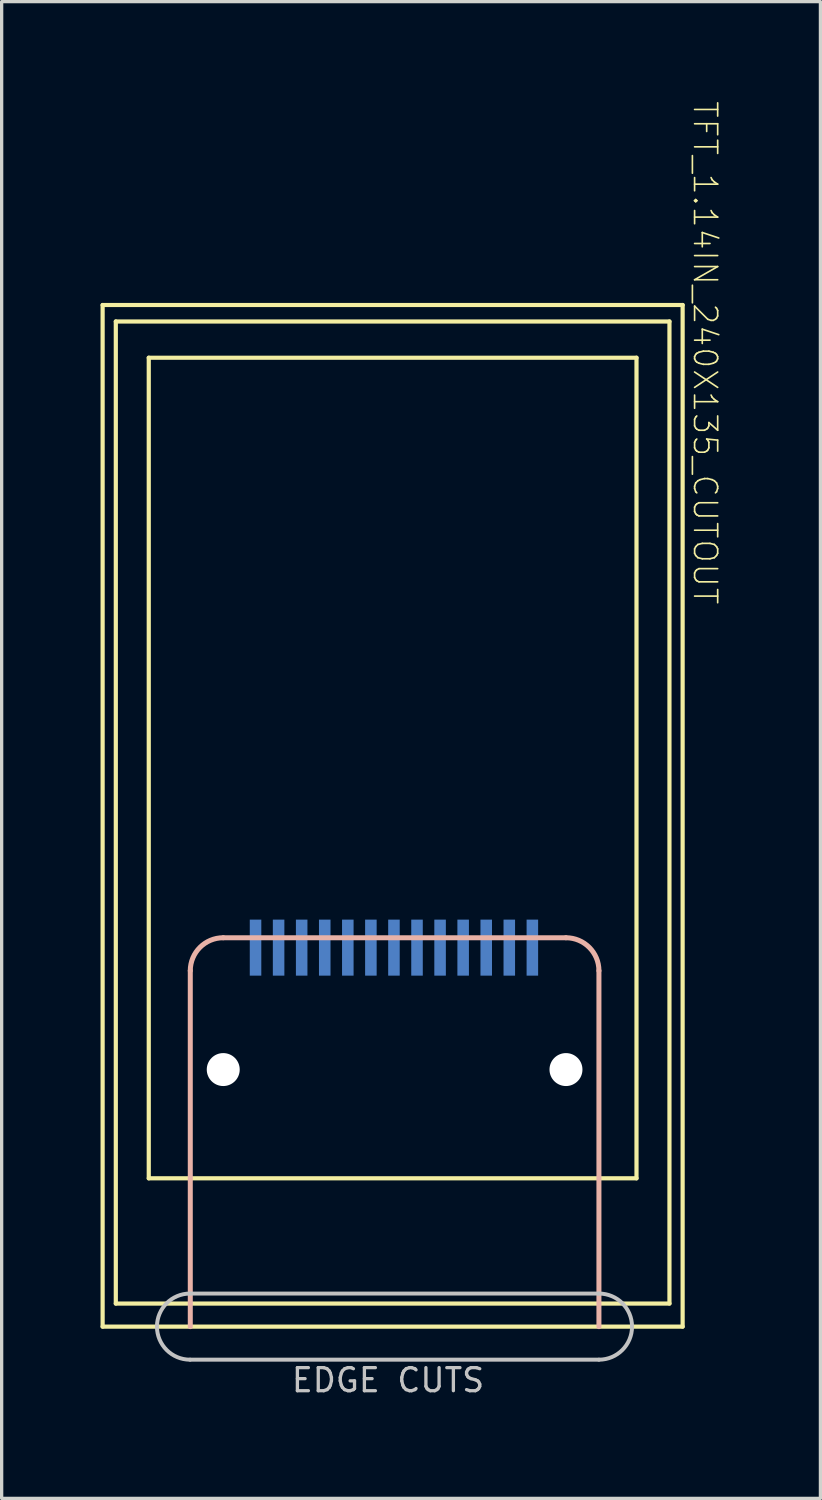
<source format=kicad_pcb>
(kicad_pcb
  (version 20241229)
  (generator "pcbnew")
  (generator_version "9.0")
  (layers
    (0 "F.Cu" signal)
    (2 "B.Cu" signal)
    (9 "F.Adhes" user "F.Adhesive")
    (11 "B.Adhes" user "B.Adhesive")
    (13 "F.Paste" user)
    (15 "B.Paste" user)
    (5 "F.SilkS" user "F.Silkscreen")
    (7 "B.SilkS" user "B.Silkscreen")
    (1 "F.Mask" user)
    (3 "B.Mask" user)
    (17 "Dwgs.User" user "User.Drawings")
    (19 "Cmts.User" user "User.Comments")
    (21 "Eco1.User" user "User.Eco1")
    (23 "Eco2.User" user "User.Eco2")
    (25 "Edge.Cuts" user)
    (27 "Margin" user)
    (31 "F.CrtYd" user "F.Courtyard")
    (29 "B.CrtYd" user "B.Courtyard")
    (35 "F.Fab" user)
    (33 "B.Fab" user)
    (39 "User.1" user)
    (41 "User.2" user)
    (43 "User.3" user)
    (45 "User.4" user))
  (footprint "TFT_1.14IN_240X135_CUTOUT"
    (layer "F.Cu")
    (at 8.864 37.205)
    (property "Reference" "TFT_1.14IN_240X135_CUTOUT" (at 9.484 -29.55 270) (unlocked yes) (layer "F.SilkS") (effects (font (size 0.7 0.7) (thickness 0.05))))
    (attr through_hole)
    (fp_line (start -8.8 -31) (end -8.8 0) (stroke (width 0.127) (type solid)) (layer "F.SilkS"))
    (fp_line (start -8.8 0) (end 8.8 0) (stroke (width 0.127) (type solid)) (layer "F.SilkS"))
    (fp_line (start -8.4 -30.5) (end 8.4 -30.5) (stroke (width 0.127) (type solid)) (layer "F.SilkS"))
    (fp_line (start -8.4 -0.7) (end -8.4 -30.5) (stroke (width 0.127) (type solid)) (layer "F.SilkS"))
    (fp_line (start -7.4 -29.4) (end 7.4 -29.4) (stroke (width 0.127) (type solid)) (layer "F.SilkS"))
    (fp_line (start -7.4 -4.5) (end -7.4 -29.4) (stroke (width 0.127) (type solid)) (layer "F.SilkS"))
    (fp_line (start 7.4 -29.4) (end 7.4 -4.5) (stroke (width 0.127) (type solid)) (layer "F.SilkS"))
    (fp_line (start 7.4 -4.5) (end -7.4 -4.5) (stroke (width 0.127) (type solid)) (layer "F.SilkS"))
    (fp_line (start 8.4 -30.5) (end 8.4 -0.7) (stroke (width 0.127) (type solid)) (layer "F.SilkS"))
    (fp_line (start 8.4 -0.7) (end -8.4 -0.7) (stroke (width 0.127) (type solid)) (layer "F.SilkS"))
    (fp_line (start 8.8 -31) (end -8.8 -31) (stroke (width 0.127) (type solid)) (layer "F.SilkS"))
    (fp_line (start 8.8 0) (end 8.8 -31) (stroke (width 0.127) (type solid)) (layer "F.SilkS"))
    (fp_line (start -6.14 -10.8) (end -6.14 0) (stroke (width 0.152) (type solid)) (layer "B.SilkS"))
    (fp_line (start -5.14 -11.8) (end 5.26 -11.8) (stroke (width 0.152) (type solid)) (layer "B.SilkS"))
    (fp_line (start 6.26 -10.8) (end 6.26 0) (stroke (width 0.152) (type solid)) (layer "B.SilkS"))
    (fp_arc (start -6.14 -10.8) (mid -5.847107 -11.507107) (end -5.14 -11.8) (stroke (width 0.1524) (type solid)) (layer "B.SilkS"))
    (fp_arc (start 5.26 -11.8) (mid 5.967107 -11.507107) (end 6.26 -10.8) (stroke (width 0.1524) (type solid)) (layer "B.SilkS"))
    (fp_line (start -6.148 -1.003) (end 6.261 -1.003) (stroke (width 0.12) (type solid)) (layer "Dwgs.User"))
    (fp_line (start 6.261 1.003) (end -6.148 1.003) (stroke (width 0.12) (type solid)) (layer "Dwgs.User"))
    (fp_arc (start -6.1479 1.0033) (mid -7.1512 0) (end -6.1479 -1.0033) (stroke (width 0.12) (type solid)) (layer "Dwgs.User"))
    (fp_arc (start 6.2611 -1.0033) (mid 7.2644 0) (end 6.2611 1.0033) (stroke (width 0.12) (type solid)) (layer "Dwgs.User"))
    (fp_text user "EDGE CUTS" (at -0.14 1.626 0) (layer "Dwgs.User") (effects (font (size 0.7 0.7) (thickness 0.1))))
    (pad "" np_thru_hole circle (at -5.14 -7.8) (size 1 1) (drill 1) (layers "*.Cu" "*.Mask"))
    (pad "" np_thru_hole circle (at 5.26 -7.8) (size 1 1) (drill 1) (layers "*.Cu" "*.Mask"))
    (pad "1" smd rect (at 4.24 -11.5 270) (size 1.7 0.35) (layers "B.Cu" "B.Mask"))
    (pad "2" smd rect (at 3.54 -11.5 270) (size 1.7 0.35) (layers "B.Cu" "B.Mask"))
    (pad "3" smd rect (at 2.84 -11.5 270) (size 1.7 0.35) (layers "B.Cu" "B.Mask"))
    (pad "4" smd rect (at 2.14 -11.5 270) (size 1.7 0.35) (layers "B.Cu" "B.Mask"))
    (pad "5" smd rect (at 1.44 -11.5 270) (size 1.7 0.35) (layers "B.Cu" "B.Mask"))
    (pad "6" smd rect (at 0.74 -11.5 270) (size 1.7 0.35) (layers "B.Cu" "B.Mask"))
    (pad "7" smd rect (at 0.04 -11.5 270) (size 1.7 0.35) (layers "B.Cu" "B.Mask"))
    (pad "8" smd rect (at -0.66 -11.5 270) (size 1.7 0.35) (layers "B.Cu" "B.Mask"))
    (pad "9" smd rect (at -1.36 -11.5 270) (size 1.7 0.35) (layers "B.Cu" "B.Mask"))
    (pad "10" smd rect (at -2.06 -11.5 270) (size 1.7 0.35) (layers "B.Cu" "B.Mask"))
    (pad "11" smd rect (at -2.76 -11.5 270) (size 1.7 0.35) (layers "B.Cu" "B.Mask"))
    (pad "12" smd rect (at -3.46 -11.5 270) (size 1.7 0.35) (layers "B.Cu" "B.Mask"))
    (pad "13" smd rect (at -4.16 -11.5 270) (size 1.7 0.35) (layers "B.Cu" "B.Mask")))
  (gr_rect
    (start -3 -3)
    (end 21.845 42.416)
    (stroke (width 0.1) (type default))
    (fill no)
    (layer "Edge.Cuts")))
</source>
